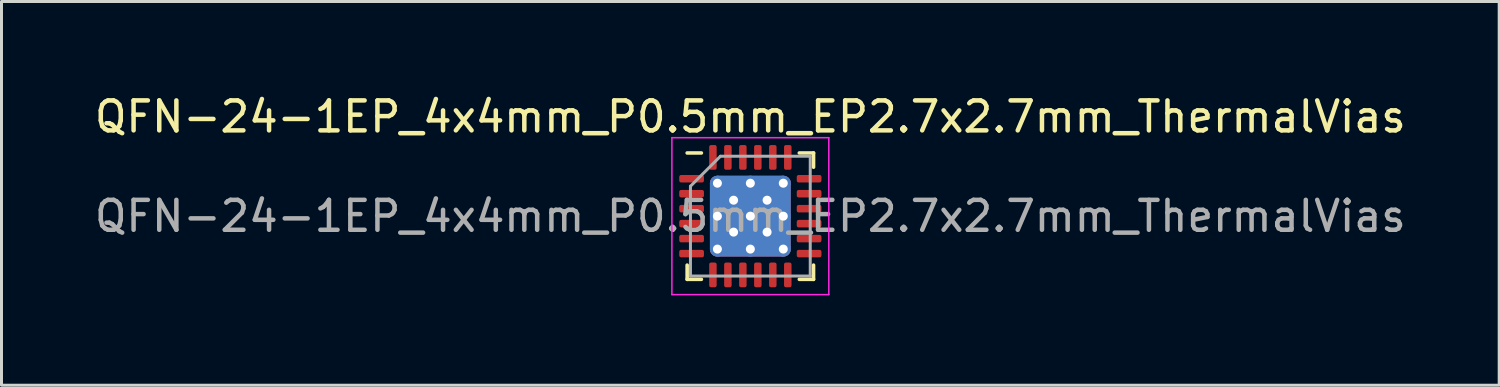
<source format=kicad_pcb>
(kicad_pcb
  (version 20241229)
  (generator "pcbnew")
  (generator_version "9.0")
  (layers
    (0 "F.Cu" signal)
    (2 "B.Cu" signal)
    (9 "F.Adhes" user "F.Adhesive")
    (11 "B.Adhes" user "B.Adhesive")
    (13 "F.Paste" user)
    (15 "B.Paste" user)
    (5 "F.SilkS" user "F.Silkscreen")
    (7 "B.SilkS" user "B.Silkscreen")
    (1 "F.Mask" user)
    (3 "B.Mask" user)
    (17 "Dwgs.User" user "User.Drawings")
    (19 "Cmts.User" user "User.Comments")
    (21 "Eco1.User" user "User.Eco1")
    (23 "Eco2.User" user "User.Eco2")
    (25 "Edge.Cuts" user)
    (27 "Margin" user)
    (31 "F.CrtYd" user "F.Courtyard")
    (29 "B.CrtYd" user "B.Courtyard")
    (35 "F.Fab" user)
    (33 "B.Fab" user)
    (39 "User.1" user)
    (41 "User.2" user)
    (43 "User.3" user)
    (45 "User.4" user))
  (footprint "QFN-24-1EP_4x4mm_P0.5mm_EP2.7x2.7mm_ThermalVias"
    (layer "F.Cu")
    (at 22.006 4.168)
    (property "Reference" "QFN-24-1EP_4x4mm_P0.5mm_EP2.7x2.7mm_ThermalVias" (at 0 -3.32 0) (layer "F.SilkS") (effects (font (size 1 1) (thickness 0.15))))
    (attr smd)
    (fp_line (start -2.11 2.11) (end -2.11 1.635) (stroke (width 0.12) (type solid)) (layer "F.SilkS"))
    (fp_line (start -1.635 -2.11) (end -2.11 -2.11) (stroke (width 0.12) (type solid)) (layer "F.SilkS"))
    (fp_line (start -1.635 2.11) (end -2.11 2.11) (stroke (width 0.12) (type solid)) (layer "F.SilkS"))
    (fp_line (start 1.635 -2.11) (end 2.11 -2.11) (stroke (width 0.12) (type solid)) (layer "F.SilkS"))
    (fp_line (start 1.635 2.11) (end 2.11 2.11) (stroke (width 0.12) (type solid)) (layer "F.SilkS"))
    (fp_line (start 2.11 -2.11) (end 2.11 -1.635) (stroke (width 0.12) (type solid)) (layer "F.SilkS"))
    (fp_line (start 2.11 2.11) (end 2.11 1.635) (stroke (width 0.12) (type solid)) (layer "F.SilkS"))
    (fp_line (start -2.62 -2.62) (end -2.62 2.62) (stroke (width 0.05) (type solid)) (layer "F.CrtYd"))
    (fp_line (start -2.62 2.62) (end 2.62 2.62) (stroke (width 0.05) (type solid)) (layer "F.CrtYd"))
    (fp_line (start 2.62 -2.62) (end -2.62 -2.62) (stroke (width 0.05) (type solid)) (layer "F.CrtYd"))
    (fp_line (start 2.62 2.62) (end 2.62 -2.62) (stroke (width 0.05) (type solid)) (layer "F.CrtYd"))
    (fp_line (start -2 -1) (end -1 -2) (stroke (width 0.1) (type solid)) (layer "F.Fab"))
    (fp_line (start -2 2) (end -2 -1) (stroke (width 0.1) (type solid)) (layer "F.Fab"))
    (fp_line (start -1 -2) (end 2 -2) (stroke (width 0.1) (type solid)) (layer "F.Fab"))
    (fp_line (start 2 -2) (end 2 2) (stroke (width 0.1) (type solid)) (layer "F.Fab"))
    (fp_line (start 2 2) (end -2 2) (stroke (width 0.1) (type solid)) (layer "F.Fab"))
    (fp_text user "${REFERENCE}" (at 0 0 0) (layer "F.Fab") (effects (font (size 1 1) (thickness 0.15))))
    (pad "" smd roundrect (at -0.675 -0.675) (size 1.17 1.17) (layers "F.Paste") (roundrect_rratio 0.214))
    (pad "" smd roundrect (at -0.675 0.675) (size 1.17 1.17) (layers "F.Paste") (roundrect_rratio 0.214))
    (pad "" smd roundrect (at 0.675 -0.675) (size 1.17 1.17) (layers "F.Paste") (roundrect_rratio 0.214))
    (pad "" smd roundrect (at 0.675 0.675) (size 1.17 1.17) (layers "F.Paste") (roundrect_rratio 0.214))
    (pad "1" smd roundrect (at -1.962 -1.25) (size 0.825 0.25) (layers "F.Cu" "F.Mask" "F.Paste") (roundrect_rratio 0.25))
    (pad "2" smd roundrect (at -1.962 -0.75) (size 0.825 0.25) (layers "F.Cu" "F.Mask" "F.Paste") (roundrect_rratio 0.25))
    (pad "3" smd roundrect (at -1.962 -0.25) (size 0.825 0.25) (layers "F.Cu" "F.Mask" "F.Paste") (roundrect_rratio 0.25))
    (pad "4" smd roundrect (at -1.962 0.25) (size 0.825 0.25) (layers "F.Cu" "F.Mask" "F.Paste") (roundrect_rratio 0.25))
    (pad "5" smd roundrect (at -1.962 0.75) (size 0.825 0.25) (layers "F.Cu" "F.Mask" "F.Paste") (roundrect_rratio 0.25))
    (pad "6" smd roundrect (at -1.962 1.25) (size 0.825 0.25) (layers "F.Cu" "F.Mask" "F.Paste") (roundrect_rratio 0.25))
    (pad "7" smd roundrect (at -1.25 1.962) (size 0.25 0.825) (layers "F.Cu" "F.Mask" "F.Paste") (roundrect_rratio 0.25))
    (pad "8" smd roundrect (at -0.75 1.962) (size 0.25 0.825) (layers "F.Cu" "F.Mask" "F.Paste") (roundrect_rratio 0.25))
    (pad "9" smd roundrect (at -0.25 1.962) (size 0.25 0.825) (layers "F.Cu" "F.Mask" "F.Paste") (roundrect_rratio 0.25))
    (pad "10" smd roundrect (at 0.25 1.962) (size 0.25 0.825) (layers "F.Cu" "F.Mask" "F.Paste") (roundrect_rratio 0.25))
    (pad "11" smd roundrect (at 0.75 1.962) (size 0.25 0.825) (layers "F.Cu" "F.Mask" "F.Paste") (roundrect_rratio 0.25))
    (pad "12" smd roundrect (at 1.25 1.962) (size 0.25 0.825) (layers "F.Cu" "F.Mask" "F.Paste") (roundrect_rratio 0.25))
    (pad "13" smd roundrect (at 1.962 1.25) (size 0.825 0.25) (layers "F.Cu" "F.Mask" "F.Paste") (roundrect_rratio 0.25))
    (pad "14" smd roundrect (at 1.962 0.75) (size 0.825 0.25) (layers "F.Cu" "F.Mask" "F.Paste") (roundrect_rratio 0.25))
    (pad "15" smd roundrect (at 1.962 0.25) (size 0.825 0.25) (layers "F.Cu" "F.Mask" "F.Paste") (roundrect_rratio 0.25))
    (pad "16" smd roundrect (at 1.962 -0.25) (size 0.825 0.25) (layers "F.Cu" "F.Mask" "F.Paste") (roundrect_rratio 0.25))
    (pad "17" smd roundrect (at 1.962 -0.75) (size 0.825 0.25) (layers "F.Cu" "F.Mask" "F.Paste") (roundrect_rratio 0.25))
    (pad "18" smd roundrect (at 1.962 -1.25) (size 0.825 0.25) (layers "F.Cu" "F.Mask" "F.Paste") (roundrect_rratio 0.25))
    (pad "19" smd roundrect (at 1.25 -1.962) (size 0.25 0.825) (layers "F.Cu" "F.Mask" "F.Paste") (roundrect_rratio 0.25))
    (pad "20" smd roundrect (at 0.75 -1.962) (size 0.25 0.825) (layers "F.Cu" "F.Mask" "F.Paste") (roundrect_rratio 0.25))
    (pad "21" smd roundrect (at 0.25 -1.962) (size 0.25 0.825) (layers "F.Cu" "F.Mask" "F.Paste") (roundrect_rratio 0.25))
    (pad "22" smd roundrect (at -0.25 -1.962) (size 0.25 0.825) (layers "F.Cu" "F.Mask" "F.Paste") (roundrect_rratio 0.25))
    (pad "23" smd roundrect (at -0.75 -1.962) (size 0.25 0.825) (layers "F.Cu" "F.Mask" "F.Paste") (roundrect_rratio 0.25))
    (pad "24" smd roundrect (at -1.25 -1.962) (size 0.25 0.825) (layers "F.Cu" "F.Mask" "F.Paste") (roundrect_rratio 0.25))
    (pad "25" thru_hole circle (at -1.1 -1.1) (size 0.5 0.5) (drill 0.3) (layers "*.Cu"))
    (pad "25" thru_hole circle (at -1.1 0) (size 0.5 0.5) (drill 0.3) (layers "*.Cu"))
    (pad "25" thru_hole circle (at -1.1 1.1) (size 0.5 0.5) (drill 0.3) (layers "*.Cu"))
    (pad "25" thru_hole circle (at -0.559 -0.533) (size 0.5 0.5) (drill 0.3) (layers "*.Cu"))
    (pad "25" thru_hole circle (at -0.559 0.533) (size 0.5 0.5) (drill 0.3) (layers "*.Cu"))
    (pad "25" thru_hole circle (at 0 -1.1) (size 0.5 0.5) (drill 0.3) (layers "*.Cu"))
    (pad "25" thru_hole circle (at 0 0) (size 0.5 0.5) (drill 0.3) (layers "*.Cu"))
    (pad "25" smd roundrect (at 0 0) (size 2.7 2.7) (layers "F.Cu" "F.Mask") (roundrect_rratio 0.093))
    (pad "25" smd roundrect (at 0 0) (size 2.7 2.7) (layers "B.Cu") (roundrect_rratio 0.093))
    (pad "25" thru_hole circle (at 0 1.1) (size 0.5 0.5) (drill 0.3) (layers "*.Cu"))
    (pad "25" thru_hole circle (at 0.559 -0.533) (size 0.5 0.5) (drill 0.3) (layers "*.Cu"))
    (pad "25" thru_hole circle (at 0.559 0.533) (size 0.5 0.5) (drill 0.3) (layers "*.Cu"))
    (pad "25" thru_hole circle (at 1.1 -1.1) (size 0.5 0.5) (drill 0.3) (layers "*.Cu"))
    (pad "25" thru_hole circle (at 1.1 0) (size 0.5 0.5) (drill 0.3) (layers "*.Cu"))
    (pad "25" thru_hole circle (at 1.1 1.1) (size 0.5 0.5) (drill 0.3) (layers "*.Cu")))
  (gr_rect
    (start -3 -3)
    (end 47.012 9.813)
    (stroke (width 0.1) (type default))
    (fill no)
    (layer "Edge.Cuts")))
</source>
